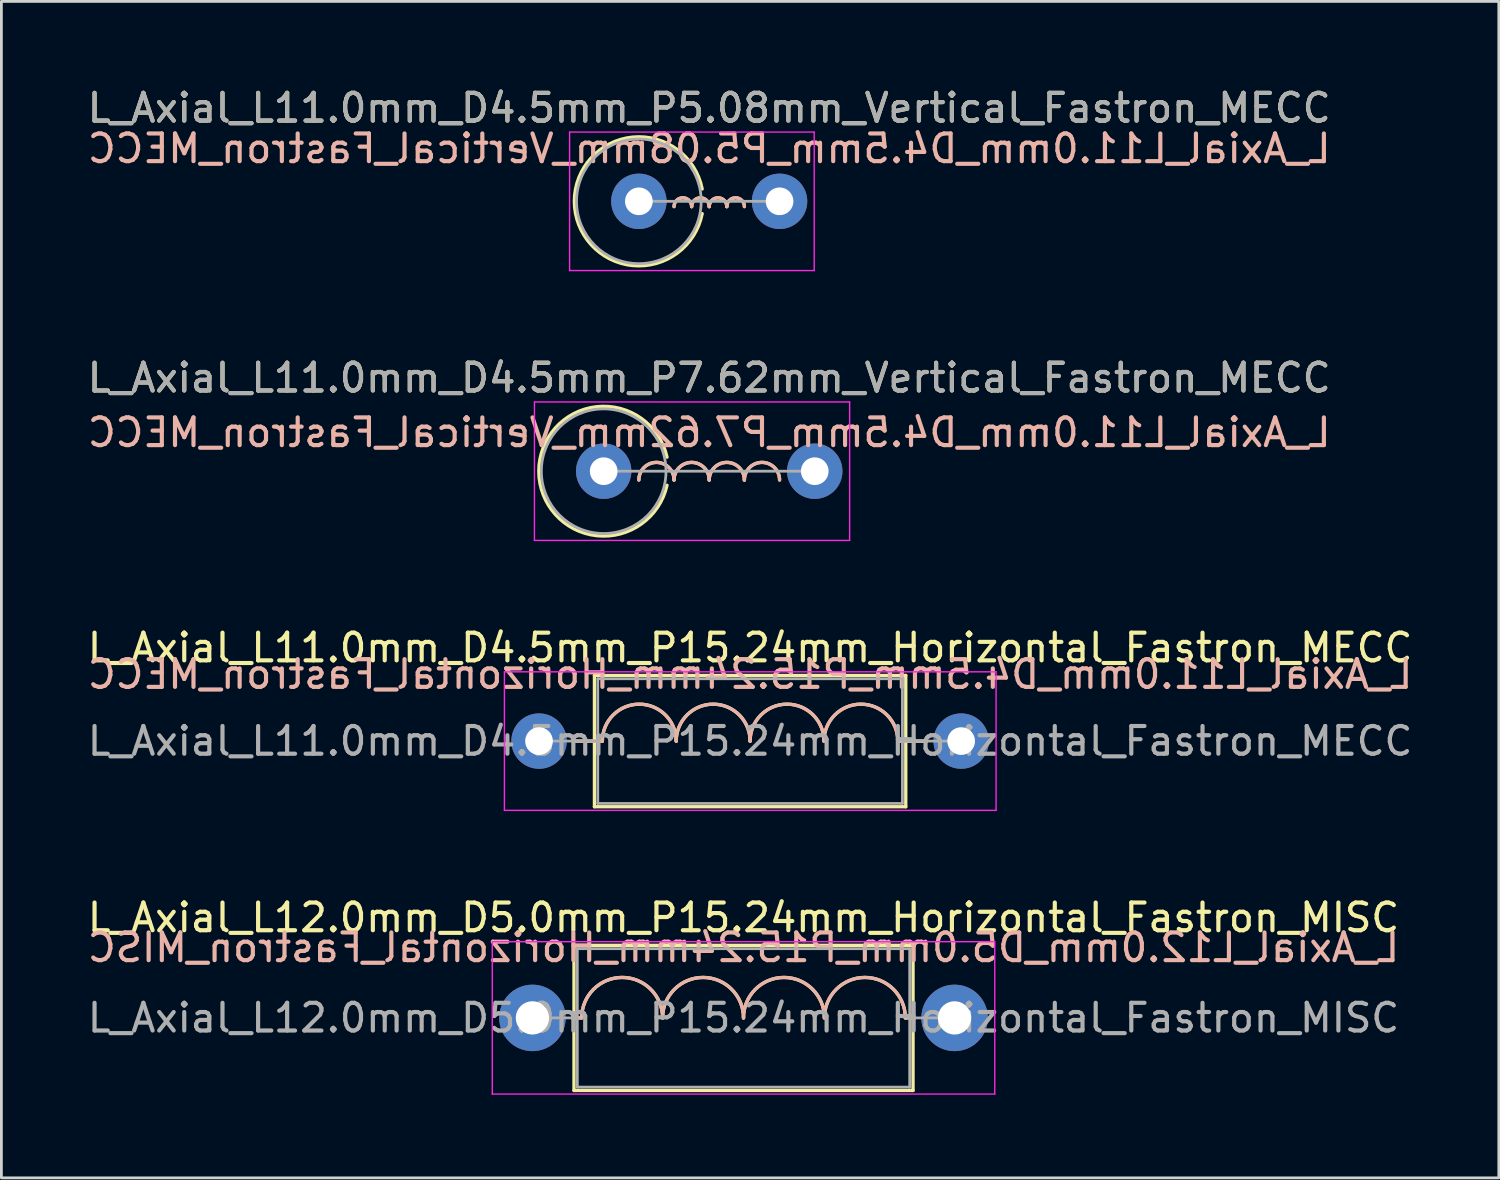
<source format=kicad_pcb>
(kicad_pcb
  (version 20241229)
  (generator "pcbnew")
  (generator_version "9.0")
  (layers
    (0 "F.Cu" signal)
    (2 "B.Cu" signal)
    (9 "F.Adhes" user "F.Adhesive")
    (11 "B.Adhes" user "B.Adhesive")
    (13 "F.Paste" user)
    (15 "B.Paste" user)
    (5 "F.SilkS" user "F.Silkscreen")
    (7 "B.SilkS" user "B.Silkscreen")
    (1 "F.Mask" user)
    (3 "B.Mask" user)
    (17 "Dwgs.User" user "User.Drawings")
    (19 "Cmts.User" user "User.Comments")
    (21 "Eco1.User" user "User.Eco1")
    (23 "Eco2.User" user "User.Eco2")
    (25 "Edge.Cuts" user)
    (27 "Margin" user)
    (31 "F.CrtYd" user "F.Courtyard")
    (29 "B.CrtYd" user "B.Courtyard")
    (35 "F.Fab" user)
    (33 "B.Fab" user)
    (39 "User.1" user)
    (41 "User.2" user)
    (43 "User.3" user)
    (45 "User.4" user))
  (footprint "L_Axial_L12.0mm_D5.0mm_P15.24mm_Horizontal_Fastron_MISC"
    (layer "F.Cu")
    (at 16.172 33.698)
    (property "Reference" "L_Axial_L12.0mm_D5.0mm_P15.24mm_Horizontal_Fastron_MISC" (at 7.62 -3.62 0) (layer "F.SilkS") (effects (font (size 1 1) (thickness 0.15))))
    (fp_line (start 1.44 0) (end 1.5 0) (stroke (width 0.12) (type solid)) (layer "F.SilkS"))
    (fp_line (start 1.5 -2.62) (end 1.5 2.62) (stroke (width 0.12) (type solid)) (layer "F.SilkS"))
    (fp_line (start 1.5 2.62) (end 13.74 2.62) (stroke (width 0.12) (type solid)) (layer "F.SilkS"))
    (fp_line (start 1.746 0) (end 1.46 0) (stroke (width 0.12) (type solid)) (layer "F.SilkS"))
    (fp_line (start 13.462 0) (end 13.78 0) (stroke (width 0.12) (type solid)) (layer "F.SilkS"))
    (fp_line (start 13.74 -2.62) (end 1.5 -2.62) (stroke (width 0.12) (type solid)) (layer "F.SilkS"))
    (fp_line (start 13.74 2.62) (end 13.74 -2.62) (stroke (width 0.12) (type solid)) (layer "F.SilkS"))
    (fp_line (start 13.8 0) (end 13.74 0) (stroke (width 0.12) (type solid)) (layer "F.SilkS"))
    (fp_arc (start 1.778 0) (mid 3.2385 -1.4605) (end 4.699 0) (stroke (width 0.12) (type solid)) (layer "F.SilkS"))
    (fp_arc (start 4.699 0) (mid 6.1595 -1.4605) (end 7.62 0) (stroke (width 0.12) (type solid)) (layer "F.SilkS"))
    (fp_arc (start 7.62 0) (mid 9.0805 -1.4605) (end 10.541 0) (stroke (width 0.12) (type solid)) (layer "F.SilkS"))
    (fp_arc (start 10.541 0) (mid 12.0015 -1.4605) (end 13.462 0) (stroke (width 0.12) (type solid)) (layer "F.SilkS"))
    (fp_line (start 1.44 0) (end 1.5 0) (stroke (width 0.12) (type solid)) (layer "B.SilkS"))
    (fp_line (start 1.778 0) (end 1.46 0) (stroke (width 0.12) (type solid)) (layer "B.SilkS"))
    (fp_line (start 13.493 0) (end 13.78 0) (stroke (width 0.12) (type solid)) (layer "B.SilkS"))
    (fp_line (start 13.8 0) (end 13.74 0) (stroke (width 0.12) (type solid)) (layer "B.SilkS"))
    (fp_arc (start 1.778 0) (mid 3.2385 -1.4605) (end 4.699 0) (stroke (width 0.12) (type solid)) (layer "B.SilkS"))
    (fp_arc (start 4.699 0) (mid 6.1595 -1.4605) (end 7.62 0) (stroke (width 0.12) (type solid)) (layer "B.SilkS"))
    (fp_arc (start 7.62 0) (mid 9.0805 -1.4605) (end 10.541 0) (stroke (width 0.12) (type solid)) (layer "B.SilkS"))
    (fp_arc (start 10.541 0) (mid 12.0015 -1.4605) (end 13.462 0) (stroke (width 0.12) (type solid)) (layer "B.SilkS"))
    (fp_line (start -1.45 -2.75) (end -1.45 2.75) (stroke (width 0.05) (type solid)) (layer "F.CrtYd"))
    (fp_line (start -1.45 2.75) (end 16.69 2.75) (stroke (width 0.05) (type solid)) (layer "F.CrtYd"))
    (fp_line (start 16.69 -2.75) (end -1.45 -2.75) (stroke (width 0.05) (type solid)) (layer "F.CrtYd"))
    (fp_line (start 16.69 2.75) (end 16.69 -2.75) (stroke (width 0.05) (type solid)) (layer "F.CrtYd"))
    (fp_line (start 0 0) (end 1.62 0) (stroke (width 0.1) (type solid)) (layer "F.Fab"))
    (fp_line (start 1.62 -2.5) (end 1.62 2.5) (stroke (width 0.1) (type solid)) (layer "F.Fab"))
    (fp_line (start 1.62 2.5) (end 13.62 2.5) (stroke (width 0.1) (type solid)) (layer "F.Fab"))
    (fp_line (start 13.62 -2.5) (end 1.62 -2.5) (stroke (width 0.1) (type solid)) (layer "F.Fab"))
    (fp_line (start 13.62 2.5) (end 13.62 -2.5) (stroke (width 0.1) (type solid)) (layer "F.Fab"))
    (fp_line (start 15.24 0) (end 13.62 0) (stroke (width 0.1) (type solid)) (layer "F.Fab"))
    (fp_text user "${REFERENCE}" (at 7.62 -2.54 0) (layer "B.SilkS") (effects (font (size 1 1) (thickness 0.15)) (justify mirror)))
    (fp_text user "${REFERENCE}" (at 7.62 0 0) (layer "F.Fab") (effects (font (size 1 1) (thickness 0.15))))
    (pad "1" thru_hole circle (at 0 0) (size 2.4 2.4) (drill 1.2) (layers "*.Cu" "*.Mask"))
    (pad "2" thru_hole oval (at 15.24 0) (size 2.4 2.4) (drill 1.2) (layers "*.Cu" "*.Mask")))
  (footprint "L_Axial_L11.0mm_D4.5mm_P5.08mm_Vertical_Fastron_MECC"
    (layer "F.Cu")
    (at 20.014 4.218)
    (property "Reference" "L_Axial_L11.0mm_D4.5mm_P5.08mm_Vertical_Fastron_MECC" (at 2.54 -3.37 0) (layer "F.SilkS") (effects (font (size 1 1) (thickness 0.15))))
    (fp_arc (start 1.27 0.1905) (mid 1.5875 -0.127) (end 1.905 0.1905) (stroke (width 0.12) (type solid)) (layer "F.SilkS"))
    (fp_arc (start 1.905 0.1905) (mid 2.2225 -0.127) (end 2.54 0.1905) (stroke (width 0.12) (type solid)) (layer "F.SilkS"))
    (fp_arc (start 2.286 0.4445) (mid -2.328814 0) (end 2.286 -0.4445) (stroke (width 0.12) (type solid)) (layer "F.SilkS"))
    (fp_arc (start 2.54 0.1905) (mid 2.8575 -0.127) (end 3.175 0.1905) (stroke (width 0.12) (type solid)) (layer "F.SilkS"))
    (fp_arc (start 3.175 0.1905) (mid 3.4925 -0.127) (end 3.81 0.1905) (stroke (width 0.12) (type solid)) (layer "F.SilkS"))
    (fp_arc (start 1.27 0.1905) (mid 1.5875 -0.127) (end 1.905 0.1905) (stroke (width 0.12) (type solid)) (layer "B.SilkS"))
    (fp_arc (start 1.905 0.1905) (mid 2.2225 -0.127) (end 2.54 0.1905) (stroke (width 0.12) (type solid)) (layer "B.SilkS"))
    (fp_arc (start 2.54 0.1905) (mid 2.8575 -0.127) (end 3.175 0.1905) (stroke (width 0.12) (type solid)) (layer "B.SilkS"))
    (fp_arc (start 3.175 0.1905) (mid 3.4925 -0.127) (end 3.81 0.1905) (stroke (width 0.12) (type solid)) (layer "B.SilkS"))
    (fp_line (start -2.5 -2.5) (end -2.5 2.5) (stroke (width 0.05) (type solid)) (layer "F.CrtYd"))
    (fp_line (start -2.5 2.5) (end 6.33 2.5) (stroke (width 0.05) (type solid)) (layer "F.CrtYd"))
    (fp_line (start 6.33 -2.5) (end -2.5 -2.5) (stroke (width 0.05) (type solid)) (layer "F.CrtYd"))
    (fp_line (start 6.33 2.5) (end 6.33 -2.5) (stroke (width 0.05) (type solid)) (layer "F.CrtYd"))
    (fp_line (start 0 0) (end 5.08 0) (stroke (width 0.1) (type solid)) (layer "F.Fab"))
    (fp_circle (center 0 0) (end 2.25 0) (stroke (width 0.1) (type solid)) (fill no) (layer "F.Fab"))
    (fp_text user "${REFERENCE}" (at 2.54 -1.905 0) (layer "B.SilkS") (effects (font (size 1 1) (thickness 0.15)) (justify mirror)))
    (fp_text user "${REFERENCE}" (at 2.54 -3.37 0) (layer "F.Fab") (effects (font (size 1 1) (thickness 0.15))))
    (pad "1" thru_hole circle (at 0 0) (size 2 2) (drill 1) (layers "*.Cu" "*.Mask"))
    (pad "2" thru_hole oval (at 5.08 0) (size 2 2) (drill 1) (layers "*.Cu" "*.Mask")))
  (footprint "L_Axial_L11.0mm_D4.5mm_P15.24mm_Horizontal_Fastron_MECC"
    (layer "F.Cu")
    (at 16.41 23.705)
    (property "Reference" "L_Axial_L11.0mm_D4.5mm_P15.24mm_Horizontal_Fastron_MECC" (at 7.62 -3.37 0) (layer "F.SilkS") (effects (font (size 1 1) (thickness 0.15))))
    (fp_line (start 1.24 0) (end 2 0) (stroke (width 0.12) (type solid)) (layer "F.SilkS"))
    (fp_line (start 2 -2.37) (end 2 2.37) (stroke (width 0.12) (type solid)) (layer "F.SilkS"))
    (fp_line (start 2 2.37) (end 13.24 2.37) (stroke (width 0.12) (type solid)) (layer "F.SilkS"))
    (fp_line (start 2.286 0) (end 2 0) (stroke (width 0.12) (type solid)) (layer "F.SilkS"))
    (fp_line (start 12.954 0) (end 13.271 0) (stroke (width 0.12) (type solid)) (layer "F.SilkS"))
    (fp_line (start 13.24 -2.37) (end 2 -2.37) (stroke (width 0.12) (type solid)) (layer "F.SilkS"))
    (fp_line (start 13.24 2.37) (end 13.24 -2.37) (stroke (width 0.12) (type solid)) (layer "F.SilkS"))
    (fp_line (start 14 0) (end 13.24 0) (stroke (width 0.12) (type solid)) (layer "F.SilkS"))
    (fp_arc (start 2.286 0) (mid 3.6195 -1.3335) (end 4.953 0) (stroke (width 0.12) (type solid)) (layer "F.SilkS"))
    (fp_arc (start 4.953 0) (mid 6.2865 -1.3335) (end 7.62 0) (stroke (width 0.12) (type solid)) (layer "F.SilkS"))
    (fp_arc (start 7.62 0) (mid 8.9535 -1.3335) (end 10.287 0) (stroke (width 0.12) (type solid)) (layer "F.SilkS"))
    (fp_arc (start 10.287 0) (mid 11.6205 -1.3335) (end 12.954 0) (stroke (width 0.12) (type solid)) (layer "F.SilkS"))
    (fp_line (start 1.24 0) (end 2 0) (stroke (width 0.12) (type solid)) (layer "B.SilkS"))
    (fp_line (start 2.286 0) (end 1.968 0) (stroke (width 0.12) (type solid)) (layer "B.SilkS"))
    (fp_line (start 12.954 0) (end 13.24 0) (stroke (width 0.12) (type solid)) (layer "B.SilkS"))
    (fp_line (start 14 0) (end 13.24 0) (stroke (width 0.12) (type solid)) (layer "B.SilkS"))
    (fp_arc (start 2.286 0) (mid 3.6195 -1.3335) (end 4.953 0) (stroke (width 0.12) (type solid)) (layer "B.SilkS"))
    (fp_arc (start 4.953 0) (mid 6.2865 -1.3335) (end 7.62 0) (stroke (width 0.12) (type solid)) (layer "B.SilkS"))
    (fp_arc (start 7.62 0) (mid 8.9535 -1.3335) (end 10.287 0) (stroke (width 0.12) (type solid)) (layer "B.SilkS"))
    (fp_arc (start 10.287 0) (mid 11.6205 -1.3335) (end 12.954 0) (stroke (width 0.12) (type solid)) (layer "B.SilkS"))
    (fp_line (start -1.25 -2.5) (end -1.25 2.5) (stroke (width 0.05) (type solid)) (layer "F.CrtYd"))
    (fp_line (start -1.25 2.5) (end 16.5 2.5) (stroke (width 0.05) (type solid)) (layer "F.CrtYd"))
    (fp_line (start 16.5 -2.5) (end -1.25 -2.5) (stroke (width 0.05) (type solid)) (layer "F.CrtYd"))
    (fp_line (start 16.5 2.5) (end 16.5 -2.5) (stroke (width 0.05) (type solid)) (layer "F.CrtYd"))
    (fp_line (start 0 0) (end 2.12 0) (stroke (width 0.1) (type solid)) (layer "F.Fab"))
    (fp_line (start 2.12 -2.25) (end 2.12 2.25) (stroke (width 0.1) (type solid)) (layer "F.Fab"))
    (fp_line (start 2.12 2.25) (end 13.12 2.25) (stroke (width 0.1) (type solid)) (layer "F.Fab"))
    (fp_line (start 13.12 -2.25) (end 2.12 -2.25) (stroke (width 0.1) (type solid)) (layer "F.Fab"))
    (fp_line (start 13.12 2.25) (end 13.12 -2.25) (stroke (width 0.1) (type solid)) (layer "F.Fab"))
    (fp_line (start 15.24 0) (end 13.12 0) (stroke (width 0.1) (type solid)) (layer "F.Fab"))
    (fp_text user "${REFERENCE}" (at 7.62 -2.413 0) (layer "B.SilkS") (effects (font (size 1 1) (thickness 0.15)) (justify mirror)))
    (fp_text user "${REFERENCE}" (at 7.62 0 0) (layer "F.Fab") (effects (font (size 1 1) (thickness 0.15))))
    (pad "1" thru_hole circle (at 0 0) (size 2 2) (drill 1) (layers "*.Cu" "*.Mask"))
    (pad "2" thru_hole oval (at 15.24 0) (size 2 2) (drill 1) (layers "*.Cu" "*.Mask")))
  (footprint "L_Axial_L11.0mm_D4.5mm_P7.62mm_Vertical_Fastron_MECC"
    (layer "F.Cu")
    (at 18.744 13.961)
    (property "Reference" "L_Axial_L11.0mm_D4.5mm_P7.62mm_Vertical_Fastron_MECC" (at 3.81 -3.37 0) (layer "F.SilkS") (effects (font (size 1 1) (thickness 0.15))))
    (fp_arc (start 1.27 0.3175) (mid 1.905 -0.3175) (end 2.54 0.3175) (stroke (width 0.12) (type solid)) (layer "F.SilkS"))
    (fp_arc (start 2.286 0.508) (mid -2.341764 0) (end 2.286 -0.508) (stroke (width 0.12) (type solid)) (layer "F.SilkS"))
    (fp_arc (start 2.54 0.3175) (mid 3.175 -0.3175) (end 3.81 0.3175) (stroke (width 0.12) (type solid)) (layer "F.SilkS"))
    (fp_arc (start 3.81 0.3175) (mid 4.445 -0.3175) (end 5.08 0.3175) (stroke (width 0.12) (type solid)) (layer "F.SilkS"))
    (fp_arc (start 5.08 0.3175) (mid 5.715 -0.3175) (end 6.35 0.3175) (stroke (width 0.12) (type solid)) (layer "F.SilkS"))
    (fp_arc (start 1.27 0.3175) (mid 1.905 -0.3175) (end 2.54 0.3175) (stroke (width 0.12) (type solid)) (layer "B.SilkS"))
    (fp_arc (start 2.54 0.3175) (mid 3.175 -0.3175) (end 3.81 0.3175) (stroke (width 0.12) (type solid)) (layer "B.SilkS"))
    (fp_arc (start 3.81 0.3175) (mid 4.445 -0.3175) (end 5.08 0.3175) (stroke (width 0.12) (type solid)) (layer "B.SilkS"))
    (fp_arc (start 5.08 0.3175) (mid 5.715 -0.3175) (end 6.35 0.3175) (stroke (width 0.12) (type solid)) (layer "B.SilkS"))
    (fp_line (start -2.5 -2.5) (end -2.5 2.5) (stroke (width 0.05) (type solid)) (layer "F.CrtYd"))
    (fp_line (start -2.5 2.5) (end 8.88 2.5) (stroke (width 0.05) (type solid)) (layer "F.CrtYd"))
    (fp_line (start 8.88 -2.5) (end -2.5 -2.5) (stroke (width 0.05) (type solid)) (layer "F.CrtYd"))
    (fp_line (start 8.88 2.5) (end 8.88 -2.5) (stroke (width 0.05) (type solid)) (layer "F.CrtYd"))
    (fp_line (start 0 0) (end 7.62 0) (stroke (width 0.1) (type solid)) (layer "F.Fab"))
    (fp_circle (center 0 0) (end 2.25 0) (stroke (width 0.1) (type solid)) (fill no) (layer "F.Fab"))
    (fp_text user "${REFERENCE}" (at 3.81 -1.397 0) (layer "B.SilkS") (effects (font (size 1 1) (thickness 0.15)) (justify mirror)))
    (fp_text user "${REFERENCE}" (at 3.81 -3.37 0) (layer "F.Fab") (effects (font (size 1 1) (thickness 0.15))))
    (pad "1" thru_hole circle (at 0 0) (size 2 2) (drill 1) (layers "*.Cu" "*.Mask"))
    (pad "2" thru_hole oval (at 7.62 0) (size 2 2) (drill 1) (layers "*.Cu" "*.Mask")))
  (gr_rect
    (start -3 -3)
    (end 51.06 39.473)
    (stroke (width 0.1) (type default))
    (fill no)
    (layer "Edge.Cuts")))
</source>
